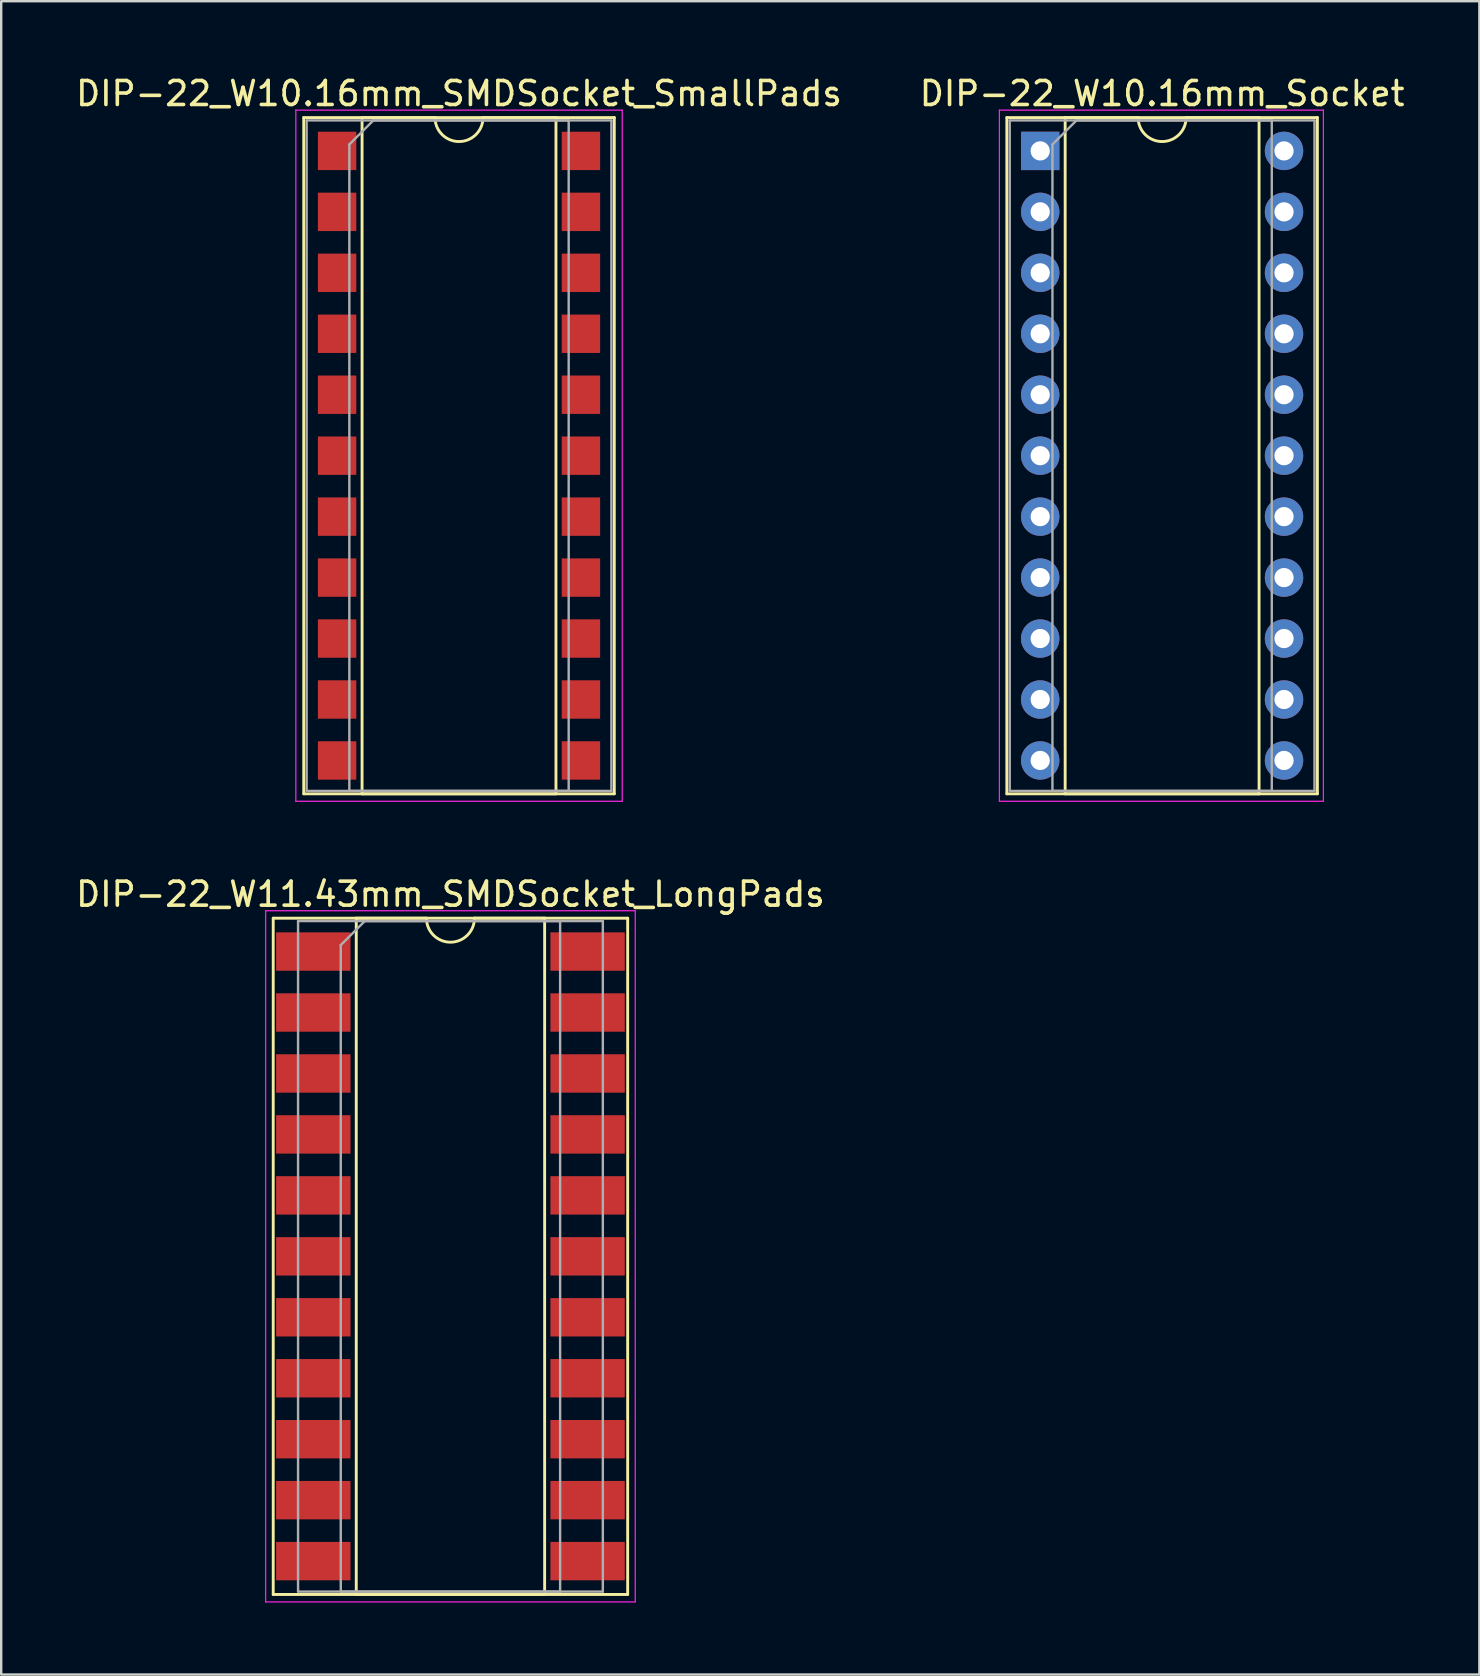
<source format=kicad_pcb>
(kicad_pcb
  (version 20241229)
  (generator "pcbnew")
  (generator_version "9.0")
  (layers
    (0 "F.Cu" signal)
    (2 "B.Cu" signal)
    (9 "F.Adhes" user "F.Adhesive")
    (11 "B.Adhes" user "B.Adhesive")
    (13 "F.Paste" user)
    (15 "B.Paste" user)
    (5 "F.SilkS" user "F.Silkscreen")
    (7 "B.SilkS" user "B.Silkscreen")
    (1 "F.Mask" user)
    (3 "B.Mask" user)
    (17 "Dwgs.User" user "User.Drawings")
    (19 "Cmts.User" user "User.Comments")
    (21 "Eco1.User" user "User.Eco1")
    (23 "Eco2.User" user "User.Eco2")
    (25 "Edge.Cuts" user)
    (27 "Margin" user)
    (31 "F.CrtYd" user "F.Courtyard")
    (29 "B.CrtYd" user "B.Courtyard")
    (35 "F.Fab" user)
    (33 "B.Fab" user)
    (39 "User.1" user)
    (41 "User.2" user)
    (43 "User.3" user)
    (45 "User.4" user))
  (footprint "DIP-22_W11.43mm_SMDSocket_LongPads"
    (layer "F.Cu")
    (at 15.72 49.301)
    (property "Reference" "DIP-22_W11.43mm_SMDSocket_LongPads" (at 0 -15.09 0) (layer "F.SilkS") (effects (font (size 1 1) (thickness 0.15))))
    (attr smd)
    (fp_line (start -7.385 -14.09) (end -7.385 14.09) (stroke (width 0.12) (type solid)) (layer "F.SilkS"))
    (fp_line (start -7.385 14.09) (end 7.385 14.09) (stroke (width 0.12) (type solid)) (layer "F.SilkS"))
    (fp_line (start -3.925 -14.09) (end -3.925 14.09) (stroke (width 0.12) (type solid)) (layer "F.SilkS"))
    (fp_line (start -3.925 14.09) (end 3.925 14.09) (stroke (width 0.12) (type solid)) (layer "F.SilkS"))
    (fp_line (start -1 -14.09) (end -3.925 -14.09) (stroke (width 0.12) (type solid)) (layer "F.SilkS"))
    (fp_line (start 3.925 -14.09) (end 1 -14.09) (stroke (width 0.12) (type solid)) (layer "F.SilkS"))
    (fp_line (start 3.925 14.09) (end 3.925 -14.09) (stroke (width 0.12) (type solid)) (layer "F.SilkS"))
    (fp_line (start 7.385 -14.09) (end -7.385 -14.09) (stroke (width 0.12) (type solid)) (layer "F.SilkS"))
    (fp_line (start 7.385 14.09) (end 7.385 -14.09) (stroke (width 0.12) (type solid)) (layer "F.SilkS"))
    (fp_arc (start 1 -14.09) (mid 0 -13.09) (end -1 -14.09) (stroke (width 0.12) (type solid)) (layer "F.SilkS"))
    (fp_line (start -7.7 -14.4) (end -7.7 14.4) (stroke (width 0.05) (type solid)) (layer "F.CrtYd"))
    (fp_line (start -7.7 14.4) (end 7.7 14.4) (stroke (width 0.05) (type solid)) (layer "F.CrtYd"))
    (fp_line (start 7.7 -14.4) (end -7.7 -14.4) (stroke (width 0.05) (type solid)) (layer "F.CrtYd"))
    (fp_line (start 7.7 14.4) (end 7.7 -14.4) (stroke (width 0.05) (type solid)) (layer "F.CrtYd"))
    (fp_line (start -6.35 -13.97) (end -6.35 13.97) (stroke (width 0.1) (type solid)) (layer "F.Fab"))
    (fp_line (start -6.35 13.97) (end 6.35 13.97) (stroke (width 0.1) (type solid)) (layer "F.Fab"))
    (fp_line (start -4.57 -12.97) (end -3.57 -13.97) (stroke (width 0.1) (type solid)) (layer "F.Fab"))
    (fp_line (start -4.57 13.97) (end -4.57 -12.97) (stroke (width 0.1) (type solid)) (layer "F.Fab"))
    (fp_line (start -3.57 -13.97) (end 4.57 -13.97) (stroke (width 0.1) (type solid)) (layer "F.Fab"))
    (fp_line (start 4.57 -13.97) (end 4.57 13.97) (stroke (width 0.1) (type solid)) (layer "F.Fab"))
    (fp_line (start 4.57 13.97) (end -4.57 13.97) (stroke (width 0.1) (type solid)) (layer "F.Fab"))
    (fp_line (start 6.35 -13.97) (end -6.35 -13.97) (stroke (width 0.1) (type solid)) (layer "F.Fab"))
    (fp_line (start 6.35 13.97) (end 6.35 -13.97) (stroke (width 0.1) (type solid)) (layer "F.Fab"))
    (pad "1" smd rect (at -5.715 -12.7) (size 3.1 1.6) (layers "F.Cu" "F.Mask"))
    (pad "2" smd rect (at -5.715 -10.16) (size 3.1 1.6) (layers "F.Cu" "F.Mask"))
    (pad "3" smd rect (at -5.715 -7.62) (size 3.1 1.6) (layers "F.Cu" "F.Mask"))
    (pad "4" smd rect (at -5.715 -5.08) (size 3.1 1.6) (layers "F.Cu" "F.Mask"))
    (pad "5" smd rect (at -5.715 -2.54) (size 3.1 1.6) (layers "F.Cu" "F.Mask"))
    (pad "6" smd rect (at -5.715 0) (size 3.1 1.6) (layers "F.Cu" "F.Mask"))
    (pad "7" smd rect (at -5.715 2.54) (size 3.1 1.6) (layers "F.Cu" "F.Mask"))
    (pad "8" smd rect (at -5.715 5.08) (size 3.1 1.6) (layers "F.Cu" "F.Mask"))
    (pad "9" smd rect (at -5.715 7.62) (size 3.1 1.6) (layers "F.Cu" "F.Mask"))
    (pad "10" smd rect (at -5.715 10.16) (size 3.1 1.6) (layers "F.Cu" "F.Mask"))
    (pad "11" smd rect (at -5.715 12.7) (size 3.1 1.6) (layers "F.Cu" "F.Mask"))
    (pad "12" smd rect (at 5.715 12.7) (size 3.1 1.6) (layers "F.Cu" "F.Mask"))
    (pad "13" smd rect (at 5.715 10.16) (size 3.1 1.6) (layers "F.Cu" "F.Mask"))
    (pad "14" smd rect (at 5.715 7.62) (size 3.1 1.6) (layers "F.Cu" "F.Mask"))
    (pad "15" smd rect (at 5.715 5.08) (size 3.1 1.6) (layers "F.Cu" "F.Mask"))
    (pad "16" smd rect (at 5.715 2.54) (size 3.1 1.6) (layers "F.Cu" "F.Mask"))
    (pad "17" smd rect (at 5.715 0) (size 3.1 1.6) (layers "F.Cu" "F.Mask"))
    (pad "18" smd rect (at 5.715 -2.54) (size 3.1 1.6) (layers "F.Cu" "F.Mask"))
    (pad "19" smd rect (at 5.715 -5.08) (size 3.1 1.6) (layers "F.Cu" "F.Mask"))
    (pad "20" smd rect (at 5.715 -7.62) (size 3.1 1.6) (layers "F.Cu" "F.Mask"))
    (pad "21" smd rect (at 5.715 -10.16) (size 3.1 1.6) (layers "F.Cu" "F.Mask"))
    (pad "22" smd rect (at 5.715 -12.7) (size 3.1 1.6) (layers "F.Cu" "F.Mask")))
  (footprint "DIP-22_W10.16mm_SMDSocket_SmallPads"
    (layer "F.Cu")
    (at 16.077 15.938)
    (property "Reference" "DIP-22_W10.16mm_SMDSocket_SmallPads" (at 0 -15.09 0) (layer "F.SilkS") (effects (font (size 1 1) (thickness 0.15))))
    (attr smd)
    (fp_line (start -6.47 -14.09) (end -6.47 14.09) (stroke (width 0.12) (type solid)) (layer "F.SilkS"))
    (fp_line (start -6.47 14.09) (end 6.47 14.09) (stroke (width 0.12) (type solid)) (layer "F.SilkS"))
    (fp_line (start -4.04 -14.09) (end -4.04 14.09) (stroke (width 0.12) (type solid)) (layer "F.SilkS"))
    (fp_line (start -4.04 14.09) (end 4.04 14.09) (stroke (width 0.12) (type solid)) (layer "F.SilkS"))
    (fp_line (start -1 -14.09) (end -4.04 -14.09) (stroke (width 0.12) (type solid)) (layer "F.SilkS"))
    (fp_line (start 4.04 -14.09) (end 1 -14.09) (stroke (width 0.12) (type solid)) (layer "F.SilkS"))
    (fp_line (start 4.04 14.09) (end 4.04 -14.09) (stroke (width 0.12) (type solid)) (layer "F.SilkS"))
    (fp_line (start 6.47 -14.09) (end -6.47 -14.09) (stroke (width 0.12) (type solid)) (layer "F.SilkS"))
    (fp_line (start 6.47 14.09) (end 6.47 -14.09) (stroke (width 0.12) (type solid)) (layer "F.SilkS"))
    (fp_arc (start 1 -14.09) (mid 0 -13.09) (end -1 -14.09) (stroke (width 0.12) (type solid)) (layer "F.SilkS"))
    (fp_line (start -6.8 -14.4) (end -6.8 14.4) (stroke (width 0.05) (type solid)) (layer "F.CrtYd"))
    (fp_line (start -6.8 14.4) (end 6.8 14.4) (stroke (width 0.05) (type solid)) (layer "F.CrtYd"))
    (fp_line (start 6.8 -14.4) (end -6.8 -14.4) (stroke (width 0.05) (type solid)) (layer "F.CrtYd"))
    (fp_line (start 6.8 14.4) (end 6.8 -14.4) (stroke (width 0.05) (type solid)) (layer "F.CrtYd"))
    (fp_line (start -6.35 -13.97) (end -6.35 13.97) (stroke (width 0.1) (type solid)) (layer "F.Fab"))
    (fp_line (start -6.35 13.97) (end 6.35 13.97) (stroke (width 0.1) (type solid)) (layer "F.Fab"))
    (fp_line (start -4.57 -12.97) (end -3.57 -13.97) (stroke (width 0.1) (type solid)) (layer "F.Fab"))
    (fp_line (start -4.57 13.97) (end -4.57 -12.97) (stroke (width 0.1) (type solid)) (layer "F.Fab"))
    (fp_line (start -3.57 -13.97) (end 4.57 -13.97) (stroke (width 0.1) (type solid)) (layer "F.Fab"))
    (fp_line (start 4.57 -13.97) (end 4.57 13.97) (stroke (width 0.1) (type solid)) (layer "F.Fab"))
    (fp_line (start 4.57 13.97) (end -4.57 13.97) (stroke (width 0.1) (type solid)) (layer "F.Fab"))
    (fp_line (start 6.35 -13.97) (end -6.35 -13.97) (stroke (width 0.1) (type solid)) (layer "F.Fab"))
    (fp_line (start 6.35 13.97) (end 6.35 -13.97) (stroke (width 0.1) (type solid)) (layer "F.Fab"))
    (pad "1" smd rect (at -5.08 -12.7) (size 1.6 1.6) (layers "F.Cu" "F.Mask"))
    (pad "2" smd rect (at -5.08 -10.16) (size 1.6 1.6) (layers "F.Cu" "F.Mask"))
    (pad "3" smd rect (at -5.08 -7.62) (size 1.6 1.6) (layers "F.Cu" "F.Mask"))
    (pad "4" smd rect (at -5.08 -5.08) (size 1.6 1.6) (layers "F.Cu" "F.Mask"))
    (pad "5" smd rect (at -5.08 -2.54) (size 1.6 1.6) (layers "F.Cu" "F.Mask"))
    (pad "6" smd rect (at -5.08 0) (size 1.6 1.6) (layers "F.Cu" "F.Mask"))
    (pad "7" smd rect (at -5.08 2.54) (size 1.6 1.6) (layers "F.Cu" "F.Mask"))
    (pad "8" smd rect (at -5.08 5.08) (size 1.6 1.6) (layers "F.Cu" "F.Mask"))
    (pad "9" smd rect (at -5.08 7.62) (size 1.6 1.6) (layers "F.Cu" "F.Mask"))
    (pad "10" smd rect (at -5.08 10.16) (size 1.6 1.6) (layers "F.Cu" "F.Mask"))
    (pad "11" smd rect (at -5.08 12.7) (size 1.6 1.6) (layers "F.Cu" "F.Mask"))
    (pad "12" smd rect (at 5.08 12.7) (size 1.6 1.6) (layers "F.Cu" "F.Mask"))
    (pad "13" smd rect (at 5.08 10.16) (size 1.6 1.6) (layers "F.Cu" "F.Mask"))
    (pad "14" smd rect (at 5.08 7.62) (size 1.6 1.6) (layers "F.Cu" "F.Mask"))
    (pad "15" smd rect (at 5.08 5.08) (size 1.6 1.6) (layers "F.Cu" "F.Mask"))
    (pad "16" smd rect (at 5.08 2.54) (size 1.6 1.6) (layers "F.Cu" "F.Mask"))
    (pad "17" smd rect (at 5.08 0) (size 1.6 1.6) (layers "F.Cu" "F.Mask"))
    (pad "18" smd rect (at 5.08 -2.54) (size 1.6 1.6) (layers "F.Cu" "F.Mask"))
    (pad "19" smd rect (at 5.08 -5.08) (size 1.6 1.6) (layers "F.Cu" "F.Mask"))
    (pad "20" smd rect (at 5.08 -7.62) (size 1.6 1.6) (layers "F.Cu" "F.Mask"))
    (pad "21" smd rect (at 5.08 -10.16) (size 1.6 1.6) (layers "F.Cu" "F.Mask"))
    (pad "22" smd rect (at 5.08 -12.7) (size 1.6 1.6) (layers "F.Cu" "F.Mask")))
  (footprint "DIP-22_W10.16mm_Socket"
    (layer "F.Cu")
    (at 40.295 3.238)
    (property "Reference" "DIP-22_W10.16mm_Socket" (at 5.08 -2.39 0) (layer "F.SilkS") (effects (font (size 1 1) (thickness 0.15))))
    (attr through_hole)
    (fp_line (start -1.39 -1.39) (end -1.39 26.79) (stroke (width 0.12) (type solid)) (layer "F.SilkS"))
    (fp_line (start -1.39 26.79) (end 11.55 26.79) (stroke (width 0.12) (type solid)) (layer "F.SilkS"))
    (fp_line (start 1.04 -1.39) (end 1.04 26.79) (stroke (width 0.12) (type solid)) (layer "F.SilkS"))
    (fp_line (start 1.04 26.79) (end 9.12 26.79) (stroke (width 0.12) (type solid)) (layer "F.SilkS"))
    (fp_line (start 4.08 -1.39) (end 1.04 -1.39) (stroke (width 0.12) (type solid)) (layer "F.SilkS"))
    (fp_line (start 9.12 -1.39) (end 6.08 -1.39) (stroke (width 0.12) (type solid)) (layer "F.SilkS"))
    (fp_line (start 9.12 26.79) (end 9.12 -1.39) (stroke (width 0.12) (type solid)) (layer "F.SilkS"))
    (fp_line (start 11.55 -1.39) (end -1.39 -1.39) (stroke (width 0.12) (type solid)) (layer "F.SilkS"))
    (fp_line (start 11.55 26.79) (end 11.55 -1.39) (stroke (width 0.12) (type solid)) (layer "F.SilkS"))
    (fp_arc (start 6.08 -1.39) (mid 5.08 -0.39) (end 4.08 -1.39) (stroke (width 0.12) (type solid)) (layer "F.SilkS"))
    (fp_line (start -1.7 -1.7) (end -1.7 27.1) (stroke (width 0.05) (type solid)) (layer "F.CrtYd"))
    (fp_line (start -1.7 27.1) (end 11.8 27.1) (stroke (width 0.05) (type solid)) (layer "F.CrtYd"))
    (fp_line (start 11.8 -1.7) (end -1.7 -1.7) (stroke (width 0.05) (type solid)) (layer "F.CrtYd"))
    (fp_line (start 11.8 27.1) (end 11.8 -1.7) (stroke (width 0.05) (type solid)) (layer "F.CrtYd"))
    (fp_line (start -1.27 -1.27) (end -1.27 26.67) (stroke (width 0.1) (type solid)) (layer "F.Fab"))
    (fp_line (start -1.27 26.67) (end 11.43 26.67) (stroke (width 0.1) (type solid)) (layer "F.Fab"))
    (fp_line (start 0.51 -0.27) (end 1.51 -1.27) (stroke (width 0.1) (type solid)) (layer "F.Fab"))
    (fp_line (start 0.51 26.67) (end 0.51 -0.27) (stroke (width 0.1) (type solid)) (layer "F.Fab"))
    (fp_line (start 1.51 -1.27) (end 9.65 -1.27) (stroke (width 0.1) (type solid)) (layer "F.Fab"))
    (fp_line (start 9.65 -1.27) (end 9.65 26.67) (stroke (width 0.1) (type solid)) (layer "F.Fab"))
    (fp_line (start 9.65 26.67) (end 0.51 26.67) (stroke (width 0.1) (type solid)) (layer "F.Fab"))
    (fp_line (start 11.43 -1.27) (end -1.27 -1.27) (stroke (width 0.1) (type solid)) (layer "F.Fab"))
    (fp_line (start 11.43 26.67) (end 11.43 -1.27) (stroke (width 0.1) (type solid)) (layer "F.Fab"))
    (pad "1" thru_hole rect (at 0 0) (size 1.6 1.6) (drill 0.8) (layers "*.Cu" "*.Mask"))
    (pad "2" thru_hole oval (at 0 2.54) (size 1.6 1.6) (drill 0.8) (layers "*.Cu" "*.Mask"))
    (pad "3" thru_hole oval (at 0 5.08) (size 1.6 1.6) (drill 0.8) (layers "*.Cu" "*.Mask"))
    (pad "4" thru_hole oval (at 0 7.62) (size 1.6 1.6) (drill 0.8) (layers "*.Cu" "*.Mask"))
    (pad "5" thru_hole oval (at 0 10.16) (size 1.6 1.6) (drill 0.8) (layers "*.Cu" "*.Mask"))
    (pad "6" thru_hole oval (at 0 12.7) (size 1.6 1.6) (drill 0.8) (layers "*.Cu" "*.Mask"))
    (pad "7" thru_hole oval (at 0 15.24) (size 1.6 1.6) (drill 0.8) (layers "*.Cu" "*.Mask"))
    (pad "8" thru_hole oval (at 0 17.78) (size 1.6 1.6) (drill 0.8) (layers "*.Cu" "*.Mask"))
    (pad "9" thru_hole oval (at 0 20.32) (size 1.6 1.6) (drill 0.8) (layers "*.Cu" "*.Mask"))
    (pad "10" thru_hole oval (at 0 22.86) (size 1.6 1.6) (drill 0.8) (layers "*.Cu" "*.Mask"))
    (pad "11" thru_hole oval (at 0 25.4) (size 1.6 1.6) (drill 0.8) (layers "*.Cu" "*.Mask"))
    (pad "12" thru_hole oval (at 10.16 25.4) (size 1.6 1.6) (drill 0.8) (layers "*.Cu" "*.Mask"))
    (pad "13" thru_hole oval (at 10.16 22.86) (size 1.6 1.6) (drill 0.8) (layers "*.Cu" "*.Mask"))
    (pad "14" thru_hole oval (at 10.16 20.32) (size 1.6 1.6) (drill 0.8) (layers "*.Cu" "*.Mask"))
    (pad "15" thru_hole oval (at 10.16 17.78) (size 1.6 1.6) (drill 0.8) (layers "*.Cu" "*.Mask"))
    (pad "16" thru_hole oval (at 10.16 15.24) (size 1.6 1.6) (drill 0.8) (layers "*.Cu" "*.Mask"))
    (pad "17" thru_hole oval (at 10.16 12.7) (size 1.6 1.6) (drill 0.8) (layers "*.Cu" "*.Mask"))
    (pad "18" thru_hole oval (at 10.16 10.16) (size 1.6 1.6) (drill 0.8) (layers "*.Cu" "*.Mask"))
    (pad "19" thru_hole oval (at 10.16 7.62) (size 1.6 1.6) (drill 0.8) (layers "*.Cu" "*.Mask"))
    (pad "20" thru_hole oval (at 10.16 5.08) (size 1.6 1.6) (drill 0.8) (layers "*.Cu" "*.Mask"))
    (pad "21" thru_hole oval (at 10.16 2.54) (size 1.6 1.6) (drill 0.8) (layers "*.Cu" "*.Mask"))
    (pad "22" thru_hole oval (at 10.16 0) (size 1.6 1.6) (drill 0.8) (layers "*.Cu" "*.Mask")))
  (gr_rect
    (start -3 -3)
    (end 58.595 66.727)
    (stroke (width 0.1) (type default))
    (fill no)
    (layer "Edge.Cuts")))
</source>
